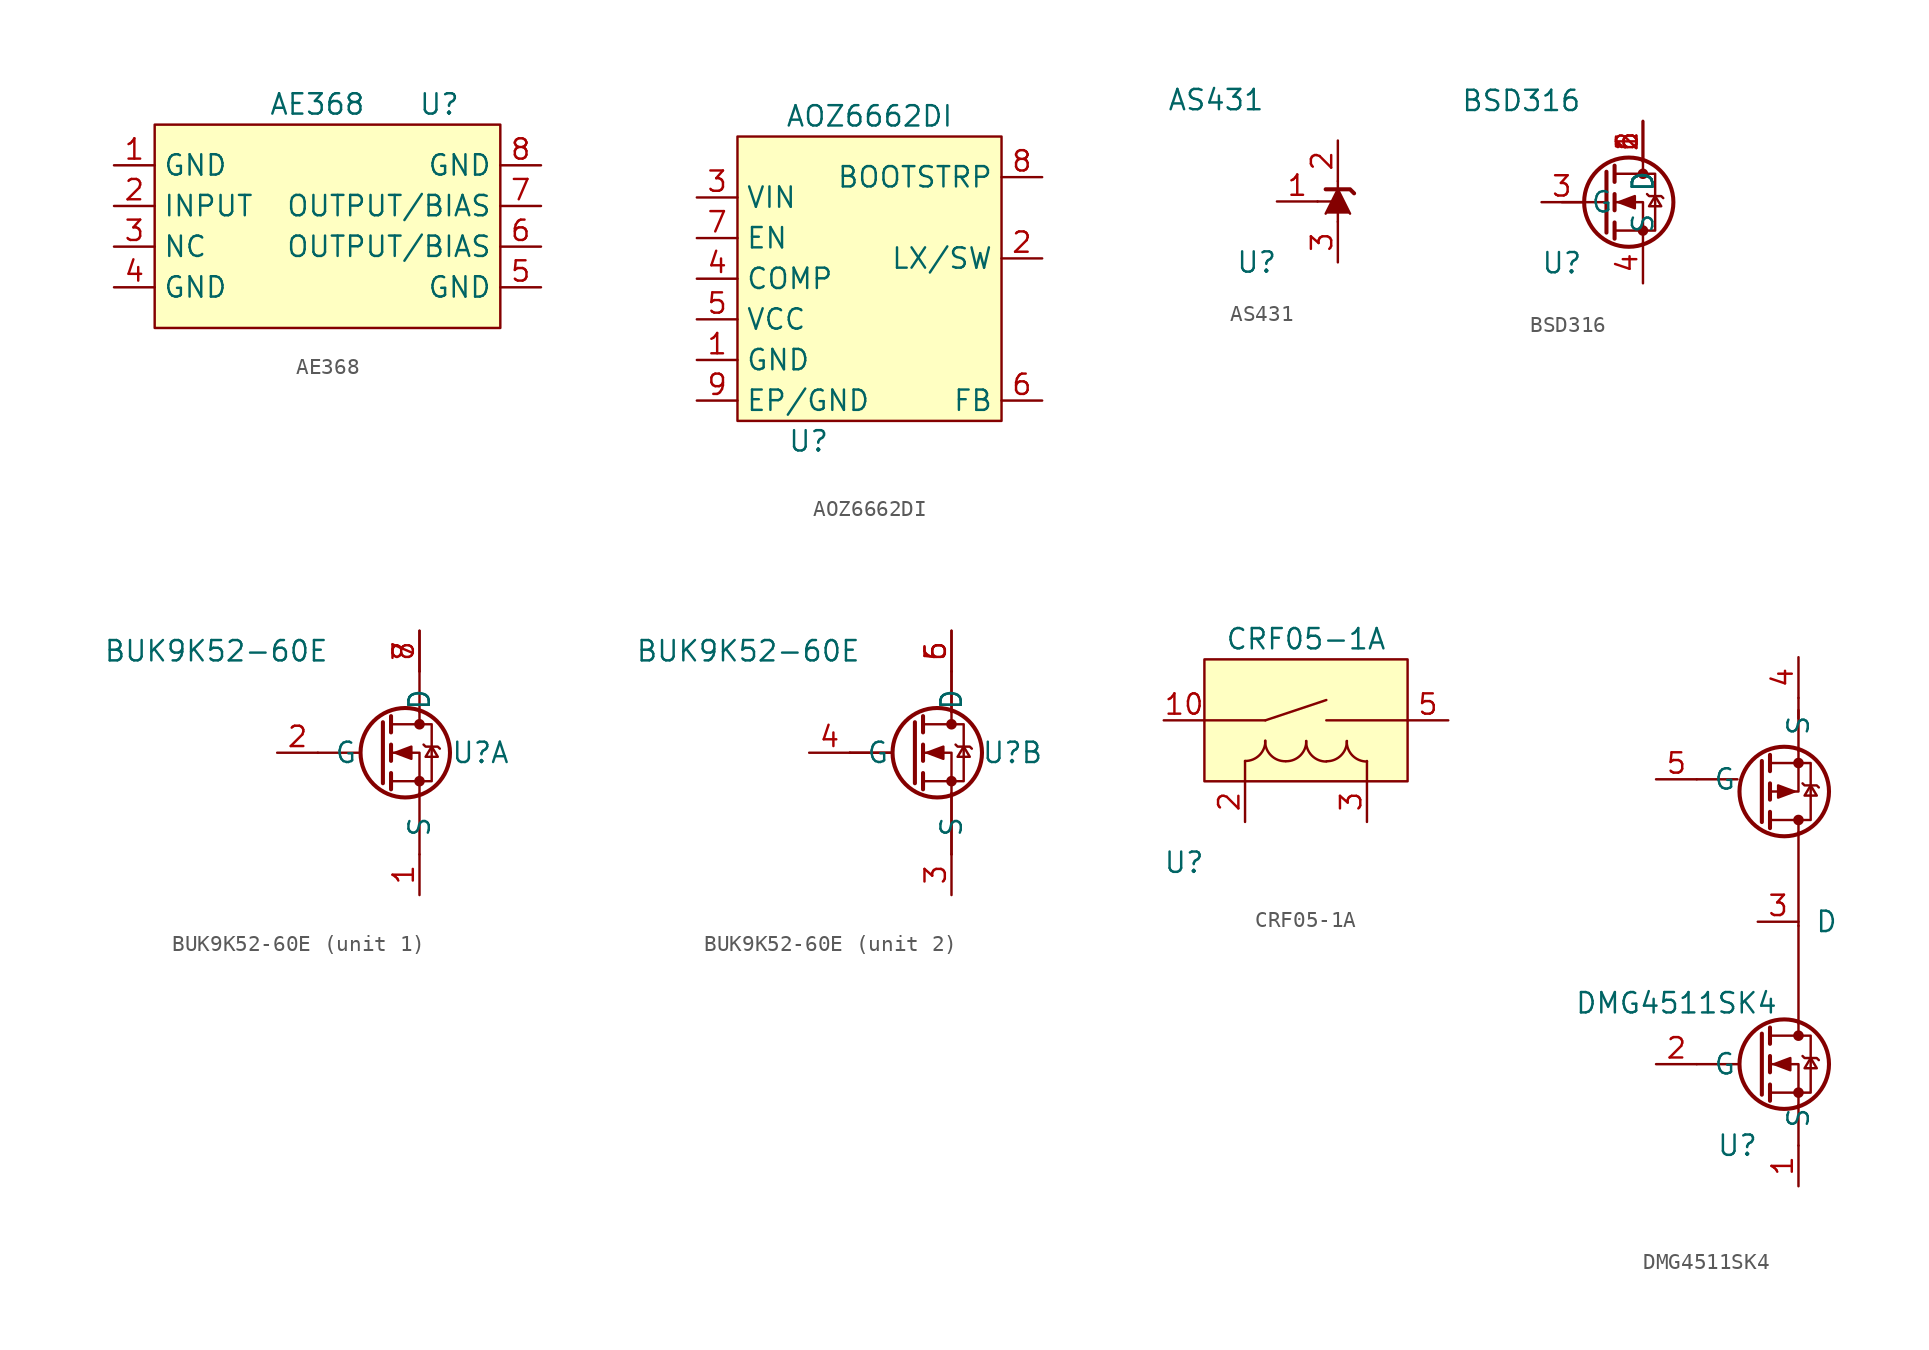
<source format=kicad_sym>
(kicad_symbol_lib
  (version 20211014)
  (generator kicad_symbol_editor)
  (symbol "AE368"
    (property "Reference" "U"
      (at 8.89 8.89 0)
      (effects (font (size 1.27 1.27))))
    (property "Value" "AE368"
      (at 1.27 8.89 0)
      (effects (font (size 1.27 1.27))))
    (symbol "AE368_0_1"
      (rectangle (start -8.89 7.62) (end 12.7 -5.08) (stroke (width 0) (type default) (color 0 0 0 0)) (fill (type background))))
    (symbol "AE368_1_1"
      (pin input line (at -11.43 5.08 0) (length 2.54) (name "GND" (effects (font (size 1.27 1.27)))) (number "1" (effects (font (size 1.27 1.27)))))
      (pin input line (at -11.43 2.54 0) (length 2.54) (name "INPUT" (effects (font (size 1.27 1.27)))) (number "2" (effects (font (size 1.27 1.27)))))
      (pin input line (at -11.43 0 0) (length 2.54) (name "NC" (effects (font (size 1.27 1.27)))) (number "3" (effects (font (size 1.27 1.27)))))
      (pin input line (at -11.43 -2.54 0) (length 2.54) (name "GND" (effects (font (size 1.27 1.27)))) (number "4" (effects (font (size 1.27 1.27)))))
      (pin input line (at 15.24 -2.54 180) (length 2.54) (name "GND" (effects (font (size 1.27 1.27)))) (number "5" (effects (font (size 1.27 1.27)))))
      (pin input line (at 15.24 0 180) (length 2.54) (name "OUTPUT/BIAS" (effects (font (size 1.27 1.27)))) (number "6" (effects (font (size 1.27 1.27)))))
      (pin input line (at 15.24 2.54 180) (length 2.54) (name "OUTPUT/BIAS" (effects (font (size 1.27 1.27)))) (number "7" (effects (font (size 1.27 1.27)))))
      (pin input line (at 15.24 5.08 180) (length 2.54) (name "GND" (effects (font (size 1.27 1.27)))) (number "8" (effects (font (size 1.27 1.27)))))))
  (symbol "AOZ6662DI"
    (property "Reference" "U"
      (at -4.445 -15.24 0)
      (effects (font (size 1.27 1.27))))
    (property "Value" "AOZ6662DI"
      (at -0.635 5.08 0)
      (effects (font (size 1.27 1.27))))
    (symbol "AOZ6662DI_0_1"
      (rectangle (start -8.89 3.81) (end 7.62 -13.97) (stroke (width 0.152) (type default) (color 0 0 0 0)) (fill (type background))))
    (symbol "AOZ6662DI_1_1"
      (pin input line (at -11.43 -10.16 0) (length 2.54) (name "GND" (effects (font (size 1.27 1.27)))) (number "1" (effects (font (size 1.27 1.27)))))
      (pin input line (at 10.16 -3.81 180) (length 2.54) (name "LX/SW" (effects (font (size 1.27 1.27)))) (number "2" (effects (font (size 1.27 1.27)))))
      (pin input line (at -11.43 0 0) (length 2.54) (name "VIN" (effects (font (size 1.27 1.27)))) (number "3" (effects (font (size 1.27 1.27)))))
      (pin input line (at -11.43 -5.08 0) (length 2.54) (name "COMP" (effects (font (size 1.27 1.27)))) (number "4" (effects (font (size 1.27 1.27)))))
      (pin input line (at -11.43 -7.62 0) (length 2.54) (name "VCC" (effects (font (size 1.27 1.27)))) (number "5" (effects (font (size 1.27 1.27)))))
      (pin input line (at 10.16 -12.7 180) (length 2.54) (name "FB" (effects (font (size 1.27 1.27)))) (number "6" (effects (font (size 1.27 1.27)))))
      (pin input line (at -11.43 -2.54 0) (length 2.54) (name "EN" (effects (font (size 1.27 1.27)))) (number "7" (effects (font (size 1.27 1.27)))))
      (pin input line (at 10.16 1.27 180) (length 2.54) (name "BOOTSTRP" (effects (font (size 1.27 1.27)))) (number "8" (effects (font (size 1.27 1.27)))))
      (pin input line (at -11.43 -12.7 0) (length 2.54) (name "EP/GND" (effects (font (size 1.27 1.27)))) (number "9" (effects (font (size 1.27 1.27)))))))
  (symbol "AS431"
    (property "Reference" "U"
      (at -5.08 -3.81 0)
      (effects (font (size 1.27 1.27))))
    (property "Value" "AS431"
      (at -7.62 6.35 0)
      (effects (font (size 1.27 1.27))))
    (symbol "AS431_0_1"
      (polyline (pts (xy -0.762 -0.762) (xy 0 0.762) (xy 0.762 -0.762)) (stroke (width 0) (type default) (color 0 0 0 0)) (fill (type outline)))
      (polyline (pts (xy 0 -1.27) (xy 0 0) (xy 0 1.27)) (stroke (width 0) (type default) (color 0 0 0 0)) (fill (type none)))
      (polyline (pts (xy 1.016 0.508) (xy 0.762 0.762) (xy -0.762 0.762) (xy -0.762 0.762)) (stroke (width 0.254) (type default) (color 0 0 0 0)) (fill (type none))))
    (symbol "AS431_1_1"
      (polyline (pts (xy -1.27 0) (xy 0 0)) (stroke (width 0) (type default) (color 0 0 0 0)) (fill (type none)))
      (pin passive line (at -3.81 0 0) (length 2.54) (name "" (effects (font (size 1.27 1.27)))) (number "1" (effects (font (size 1.27 1.27)))))
      (pin passive line (at 0 3.81 270) (length 2.54) (name "" (effects (font (size 1.27 1.27)))) (number "2" (effects (font (size 1.27 1.27)))))
      (pin passive line (at 0 -3.81 90) (length 2.54) (name "" (effects (font (size 1.27 1.27)))) (number "3" (effects (font (size 1.27 1.27)))))))
  (symbol "BSD316"
    (property "Reference" "U"
      (at -5.08 -3.81 0)
      (effects (font (size 1.27 1.27))))
    (property "Value" "BSD316"
      (at -7.62 6.35 0)
      (effects (font (size 1.27 1.27))))
    (symbol "BSD316_0_1"
      (circle (center -0.889 0) (radius 2.794) (stroke (width 0.254) (type default) (color 0 0 0 0)) (fill (type none)))
      (circle (center 0 -1.778) (radius 0.254) (stroke (width 0) (type default) (color 0 0 0 0)) (fill (type outline)))
      (polyline (pts (xy -2.286 0) (xy -5.08 0)) (stroke (width 0) (type default) (color 0 0 0 0)) (fill (type none)))
      (polyline (pts (xy -2.286 1.905) (xy -2.286 -1.905)) (stroke (width 0.254) (type default) (color 0 0 0 0)) (fill (type none)))
      (polyline (pts (xy -1.778 -1.27) (xy -1.778 -2.286)) (stroke (width 0.254) (type default) (color 0 0 0 0)) (fill (type none)))
      (polyline (pts (xy -1.778 0.508) (xy -1.778 -0.508)) (stroke (width 0.254) (type default) (color 0 0 0 0)) (fill (type none)))
      (polyline (pts (xy -1.778 2.286) (xy -1.778 1.27)) (stroke (width 0.254) (type default) (color 0 0 0 0)) (fill (type none)))
      (polyline (pts (xy 0 2.54) (xy 0 1.778)) (stroke (width 0) (type default) (color 0 0 0 0)) (fill (type none)))
      (polyline (pts (xy 0 -2.54) (xy 0 0) (xy -1.778 0)) (stroke (width 0) (type default) (color 0 0 0 0)) (fill (type none)))
      (polyline (pts (xy -1.778 -1.778) (xy 0.762 -1.778) (xy 0.762 1.778) (xy -1.778 1.778)) (stroke (width 0) (type default) (color 0 0 0 0)) (fill (type none)))
      (polyline (pts (xy -1.524 0) (xy -0.508 0.381) (xy -0.508 -0.381) (xy -1.524 0)) (stroke (width 0) (type default) (color 0 0 0 0)) (fill (type outline)))
      (polyline (pts (xy 0.254 0.508) (xy 0.381 0.381) (xy 1.143 0.381) (xy 1.27 0.254)) (stroke (width 0) (type default) (color 0 0 0 0)) (fill (type none)))
      (polyline (pts (xy 0.762 0.381) (xy 0.381 -0.254) (xy 1.143 -0.254) (xy 0.762 0.381)) (stroke (width 0) (type default) (color 0 0 0 0)) (fill (type none)))
      (circle (center 0 1.778) (radius 0.254) (stroke (width 0) (type default) (color 0 0 0 0)) (fill (type outline))))
    (symbol "BSD316_1_1"
      (pin passive line (at 0 5.08 270) (length 2.54) (name "D" (effects (font (size 1.27 1.27)))) (number "1" (effects (font (size 1.27 1.27)))))
      (pin passive line (at 0 5.08 270) (length 2.54) (name "D" (effects (font (size 1.27 1.27)))) (number "2" (effects (font (size 1.27 1.27)))))
      (pin input line (at -6.35 0 0) (length 2.54) (name "G" (effects (font (size 1.27 1.27)))) (number "3" (effects (font (size 1.27 1.27)))))
      (pin passive line (at 0 -5.08 90) (length 2.54) (name "S" (effects (font (size 1.27 1.27)))) (number "4" (effects (font (size 1.27 1.27)))))
      (pin passive line (at 0 5.08 270) (length 2.54) (name "D" (effects (font (size 1.27 1.27)))) (number "5" (effects (font (size 1.27 1.27)))))
      (pin passive line (at 0 5.08 270) (length 2.54) (name "D" (effects (font (size 1.27 1.27)))) (number "6" (effects (font (size 1.27 1.27)))))))
  (symbol "BUK9K52-60E"
    (pin_names
      (offset 1.016))
    (property "Reference" "U"
      (at 3.81 0 0)
      (effects (font (size 1.27 1.27))))
    (property "Value" "BUK9K52-60E"
      (at -12.7 6.35 0)
      (effects (font (size 1.27 1.27))))
    (symbol "BUK9K52-60E_0_1"
      (polyline (pts (xy -3.81 0) (xy -6.35 0)) (stroke (width 0) (type default) (color 0 0 0 0)) (fill (type none)))
      (polyline (pts (xy 0 -6.35) (xy 0 -2.54)) (stroke (width 0) (type default) (color 0 0 0 0)) (fill (type none)))
      (polyline (pts (xy 0 5.08) (xy 0 2.54)) (stroke (width 0) (type default) (color 0 0 0 0)) (fill (type none))))
    (symbol "BUK9K52-60E_1_1"
      (circle (center -0.889 0) (radius 2.794) (stroke (width 0.254) (type default) (color 0 0 0 0)) (fill (type none)))
      (circle (center 0 -1.778) (radius 0.254) (stroke (width 0) (type default) (color 0 0 0 0)) (fill (type outline)))
      (polyline (pts (xy -2.286 1.905) (xy -2.286 -1.905)) (stroke (width 0.254) (type default) (color 0 0 0 0)) (fill (type none)))
      (polyline (pts (xy -1.778 -1.27) (xy -1.778 -2.286)) (stroke (width 0.254) (type default) (color 0 0 0 0)) (fill (type none)))
      (polyline (pts (xy -1.778 0.508) (xy -1.778 -0.508)) (stroke (width 0.254) (type default) (color 0 0 0 0)) (fill (type none)))
      (polyline (pts (xy -1.778 2.286) (xy -1.778 1.27)) (stroke (width 0.254) (type default) (color 0 0 0 0)) (fill (type none)))
      (polyline (pts (xy 0 2.54) (xy 0 1.778)) (stroke (width 0) (type default) (color 0 0 0 0)) (fill (type none)))
      (polyline (pts (xy 0 -2.54) (xy 0 0) (xy -1.778 0)) (stroke (width 0) (type default) (color 0 0 0 0)) (fill (type none)))
      (polyline (pts (xy -1.778 -1.778) (xy 0.762 -1.778) (xy 0.762 1.778) (xy -1.778 1.778)) (stroke (width 0) (type default) (color 0 0 0 0)) (fill (type none)))
      (polyline (pts (xy -1.524 0) (xy -0.508 0.381) (xy -0.508 -0.381) (xy -1.524 0)) (stroke (width 0) (type default) (color 0 0 0 0)) (fill (type outline)))
      (polyline (pts (xy 0.254 0.508) (xy 0.381 0.381) (xy 1.143 0.381) (xy 1.27 0.254)) (stroke (width 0) (type default) (color 0 0 0 0)) (fill (type none)))
      (polyline (pts (xy 0.762 0.381) (xy 0.381 -0.254) (xy 1.143 -0.254) (xy 0.762 0.381)) (stroke (width 0) (type default) (color 0 0 0 0)) (fill (type none)))
      (circle (center 0 1.778) (radius 0.254) (stroke (width 0) (type default) (color 0 0 0 0)) (fill (type outline)))
      (pin passive line (at 0 -8.89 90) (length 2.54) (name "S" (effects (font (size 1.27 1.27)))) (number "1" (effects (font (size 1.27 1.27)))))
      (pin input line (at -8.89 0 0) (length 2.54) (name "G" (effects (font (size 1.27 1.27)))) (number "2" (effects (font (size 1.27 1.27)))))
      (pin passive line (at 0 7.62 270) (length 2.54) (name "D" (effects (font (size 1.27 1.27)))) (number "7" (effects (font (size 1.27 1.27)))))
      (pin passive line (at 0 7.62 270) (length 2.54) (name "D" (effects (font (size 1.27 1.27)))) (number "8" (effects (font (size 1.27 1.27))))))
    (symbol "BUK9K52-60E_2_1"
      (circle (center -0.889 0) (radius 2.794) (stroke (width 0.254) (type default) (color 0 0 0 0)) (fill (type none)))
      (circle (center 0 -1.778) (radius 0.254) (stroke (width 0) (type default) (color 0 0 0 0)) (fill (type outline)))
      (polyline (pts (xy -3.81 0) (xy -6.35 0)) (stroke (width 0) (type default) (color 0 0 0 0)) (fill (type none)))
      (polyline (pts (xy -2.286 1.905) (xy -2.286 -1.905)) (stroke (width 0.254) (type default) (color 0 0 0 0)) (fill (type none)))
      (polyline (pts (xy -1.778 -1.27) (xy -1.778 -2.286)) (stroke (width 0.254) (type default) (color 0 0 0 0)) (fill (type none)))
      (polyline (pts (xy -1.778 0.508) (xy -1.778 -0.508)) (stroke (width 0.254) (type default) (color 0 0 0 0)) (fill (type none)))
      (polyline (pts (xy -1.778 2.286) (xy -1.778 1.27)) (stroke (width 0.254) (type default) (color 0 0 0 0)) (fill (type none)))
      (polyline (pts (xy 0 -6.35) (xy 0 -2.54)) (stroke (width 0) (type default) (color 0 0 0 0)) (fill (type none)))
      (polyline (pts (xy 0 2.54) (xy 0 1.778)) (stroke (width 0) (type default) (color 0 0 0 0)) (fill (type none)))
      (polyline (pts (xy 0 5.08) (xy 0 2.54)) (stroke (width 0) (type default) (color 0 0 0 0)) (fill (type none)))
      (polyline (pts (xy 0 -2.54) (xy 0 0) (xy -1.778 0)) (stroke (width 0) (type default) (color 0 0 0 0)) (fill (type none)))
      (polyline (pts (xy -1.778 -1.778) (xy 0.762 -1.778) (xy 0.762 1.778) (xy -1.778 1.778)) (stroke (width 0) (type default) (color 0 0 0 0)) (fill (type none)))
      (polyline (pts (xy -1.524 0) (xy -0.508 0.381) (xy -0.508 -0.381) (xy -1.524 0)) (stroke (width 0) (type default) (color 0 0 0 0)) (fill (type outline)))
      (polyline (pts (xy 0.254 0.508) (xy 0.381 0.381) (xy 1.143 0.381) (xy 1.27 0.254)) (stroke (width 0) (type default) (color 0 0 0 0)) (fill (type none)))
      (polyline (pts (xy 0.762 0.381) (xy 0.381 -0.254) (xy 1.143 -0.254) (xy 0.762 0.381)) (stroke (width 0) (type default) (color 0 0 0 0)) (fill (type none)))
      (circle (center 0 1.778) (radius 0.254) (stroke (width 0) (type default) (color 0 0 0 0)) (fill (type outline)))
      (pin passive line (at 0 -8.89 90) (length 2.54) (name "S" (effects (font (size 1.27 1.27)))) (number "3" (effects (font (size 1.27 1.27)))))
      (pin input line (at -8.89 0 0) (length 2.54) (name "G" (effects (font (size 1.27 1.27)))) (number "4" (effects (font (size 1.27 1.27)))))
      (pin passive line (at 0 7.62 270) (length 2.54) (name "D" (effects (font (size 1.27 1.27)))) (number "5" (effects (font (size 1.27 1.27)))))
      (pin passive line (at 0 7.62 270) (length 2.54) (name "D" (effects (font (size 1.27 1.27)))) (number "6" (effects (font (size 1.27 1.27)))))))
  (symbol "CRF05-1A"
    (property "Reference" "U"
      (at -7.62 -8.89 0)
      (effects (font (size 1.27 1.27))))
    (property "Value" "CRF05-1A"
      (at 0 5.08 0)
      (effects (font (size 1.27 1.27))))
    (symbol "CRF05-1A_0_1"
      (rectangle (start -6.35 3.81) (end 6.35 -3.81) (stroke (width 0) (type default) (color 0 0 0 0)) (fill (type background)))
      (arc (start -3.81 -2.54) (mid -1.6711 -3.4089) (end -2.54 -1.27) (stroke (width 0) (type default) (color 0 0 0 0)) (fill (type none)))
      (arc (start -2.5571 -1.2871) (mid -3.426 -3.426) (end -1.2871 -2.5571) (stroke (width 0) (type default) (color 0 0 0 0)) (fill (type none)))
      (arc (start -1.2529 -2.5571) (mid 0.886 -3.426) (end 0.0171 -1.2871) (stroke (width 0) (type default) (color 0 0 0 0)) (fill (type none)))
      (arc (start 0 -1.3042) (mid -0.8689 -3.4431) (end 1.27 -2.5742) (stroke (width 0) (type default) (color 0 0 0 0)) (fill (type none)))
      (polyline (pts (xy -6.35 0) (xy -2.54 0)) (stroke (width 0) (type default) (color 0 0 0 0)) (fill (type none)))
      (polyline (pts (xy -3.81 -3.81) (xy -3.81 -2.54)) (stroke (width 0) (type default) (color 0 0 0 0)) (fill (type none)))
      (polyline (pts (xy -2.54 0) (xy 1.27 1.27)) (stroke (width 0) (type default) (color 0 0 0 0)) (fill (type none)))
      (polyline (pts (xy 1.27 0) (xy 6.35 0)) (stroke (width 0) (type default) (color 0 0 0 0)) (fill (type none)))
      (polyline (pts (xy 3.81 -3.81) (xy 3.81 -2.54)) (stroke (width 0) (type default) (color 0 0 0 0)) (fill (type none)))
      (arc (start 1.2871 -2.5571) (mid 3.426 -3.426) (end 2.5571 -1.2871) (stroke (width 0) (type default) (color 0 0 0 0)) (fill (type none)))
      (arc (start 2.54 -1.3042) (mid 1.6711 -3.4431) (end 3.81 -2.5742) (stroke (width 0) (type default) (color 0 0 0 0)) (fill (type none))))
    (symbol "CRF05-1A_1_1"
      (pin no_connect line (at 0.635 1.905 180) (length 2.54) hide (name "" (effects (font (size 1.27 1.27)))) (number "1" (effects (font (size 1.27 1.27)))))
      (pin input line (at -8.89 0 0) (length 2.54) (name "" (effects (font (size 1.27 1.27)))) (number "10" (effects (font (size 1.27 1.27)))))
      (pin input line (at -3.81 -6.35 90) (length 2.54) (name "" (effects (font (size 1.27 1.27)))) (number "2" (effects (font (size 1.27 1.27)))))
      (pin input line (at 3.81 -6.35 90) (length 2.54) (name "" (effects (font (size 1.27 1.27)))) (number "3" (effects (font (size 1.27 1.27)))))
      (pin no_connect line (at 0.635 1.905 180) (length 2.54) hide (name "" (effects (font (size 1.27 1.27)))) (number "4" (effects (font (size 1.27 1.27)))))
      (pin input line (at 8.89 0 180) (length 2.54) (name "" (effects (font (size 1.27 1.27)))) (number "5" (effects (font (size 1.27 1.27)))))
      (pin no_connect line (at 0.635 1.905 180) (length 2.54) hide (name "" (effects (font (size 1.27 1.27)))) (number "6" (effects (font (size 1.27 1.27)))))
      (pin no_connect line (at 0.635 1.905 180) (length 2.54) hide (name "" (effects (font (size 1.27 1.27)))) (number "7" (effects (font (size 1.27 1.27)))))
      (pin no_connect line (at 0.635 1.905 180) (length 2.54) hide (name "" (effects (font (size 1.27 1.27)))) (number "8" (effects (font (size 1.27 1.27)))))
      (pin no_connect line (at 0.635 1.905 180) (length 2.54) hide (name "" (effects (font (size 1.27 1.27)))) (number "9" (effects (font (size 1.27 1.27)))))))
  (symbol "DMG4511SK4"
    (pin_names
      (offset 1.016))
    (property "Reference" "U"
      (at -3.81 -5.08 0)
      (effects (font (size 1.27 1.27))))
    (property "Value" "DMG4511SK4"
      (at -7.62 3.81 0)
      (effects (font (size 1.27 1.27))))
    (symbol "DMG4511SK4_0_1"
      (polyline (pts (xy -6.35 17.78) (xy -3.81 17.78)) (stroke (width 0) (type default) (color 0 0 0 0)) (fill (type none)))
      (polyline (pts (xy 0 21.59) (xy 0 22.86)) (stroke (width 0) (type default) (color 0 0 0 0)) (fill (type none))))
    (symbol "DMG4511SK4_1_1"
      (circle (center -0.889 0) (radius 2.794) (stroke (width 0.254) (type default) (color 0 0 0 0)) (fill (type none)))
      (circle (center -0.889 17.018) (radius 2.794) (stroke (width 0.254) (type default) (color 0 0 0 0)) (fill (type none)))
      (circle (center 0 -1.778) (radius 0.254) (stroke (width 0) (type default) (color 0 0 0 0)) (fill (type outline)))
      (polyline (pts (xy -3.81 0) (xy -6.35 0)) (stroke (width 0) (type default) (color 0 0 0 0)) (fill (type none)))
      (polyline (pts (xy -2.286 1.905) (xy -2.286 -1.905)) (stroke (width 0.254) (type default) (color 0 0 0 0)) (fill (type none)))
      (polyline (pts (xy -2.286 15.113) (xy -2.286 18.923)) (stroke (width 0.254) (type default) (color 0 0 0 0)) (fill (type none)))
      (polyline (pts (xy -1.778 -1.27) (xy -1.778 -2.286)) (stroke (width 0.254) (type default) (color 0 0 0 0)) (fill (type none)))
      (polyline (pts (xy -1.778 0.508) (xy -1.778 -0.508)) (stroke (width 0.254) (type default) (color 0 0 0 0)) (fill (type none)))
      (polyline (pts (xy -1.778 2.286) (xy -1.778 1.27)) (stroke (width 0.254) (type default) (color 0 0 0 0)) (fill (type none)))
      (polyline (pts (xy -1.778 14.732) (xy -1.778 15.748)) (stroke (width 0.254) (type default) (color 0 0 0 0)) (fill (type none)))
      (polyline (pts (xy -1.778 16.51) (xy -1.778 17.526)) (stroke (width 0.254) (type default) (color 0 0 0 0)) (fill (type none)))
      (polyline (pts (xy -1.778 18.288) (xy -1.778 19.304)) (stroke (width 0.254) (type default) (color 0 0 0 0)) (fill (type none)))
      (polyline (pts (xy 0 -2.54) (xy 0 -5.08)) (stroke (width 0) (type default) (color 0 0 0 0)) (fill (type none)))
      (polyline (pts (xy 0 2.54) (xy 0 1.778)) (stroke (width 0) (type default) (color 0 0 0 0)) (fill (type none)))
      (polyline (pts (xy 0 8.636) (xy 0 2.54)) (stroke (width 0) (type default) (color 0 0 0 0)) (fill (type none)))
      (polyline (pts (xy 0 8.636) (xy 0 14.478)) (stroke (width 0) (type default) (color 0 0 0 0)) (fill (type none)))
      (polyline (pts (xy 0 14.478) (xy 0 15.24)) (stroke (width 0) (type default) (color 0 0 0 0)) (fill (type none)))
      (polyline (pts (xy 0 19.558) (xy 0 22.098)) (stroke (width 0) (type default) (color 0 0 0 0)) (fill (type none)))
      (polyline (pts (xy 0 -2.54) (xy 0 0) (xy -1.778 0)) (stroke (width 0) (type default) (color 0 0 0 0)) (fill (type none)))
      (polyline (pts (xy 0 19.558) (xy 0 17.018) (xy -1.778 17.018)) (stroke (width 0) (type default) (color 0 0 0 0)) (fill (type none)))
      (polyline (pts (xy -1.778 -1.778) (xy 0.762 -1.778) (xy 0.762 1.778) (xy -1.778 1.778)) (stroke (width 0) (type default) (color 0 0 0 0)) (fill (type none)))
      (polyline (pts (xy -1.778 18.796) (xy 0.762 18.796) (xy 0.762 15.24) (xy -1.778 15.24)) (stroke (width 0) (type default) (color 0 0 0 0)) (fill (type none)))
      (polyline (pts (xy -1.524 0) (xy -0.508 0.381) (xy -0.508 -0.381) (xy -1.524 0)) (stroke (width 0) (type default) (color 0 0 0 0)) (fill (type outline)))
      (polyline (pts (xy -0.254 17.018) (xy -1.27 16.637) (xy -1.27 17.399) (xy -0.254 17.018)) (stroke (width 0) (type default) (color 0 0 0 0)) (fill (type outline)))
      (polyline (pts (xy 0.254 0.508) (xy 0.381 0.381) (xy 1.143 0.381) (xy 1.27 0.254)) (stroke (width 0) (type default) (color 0 0 0 0)) (fill (type none)))
      (polyline (pts (xy 0.254 17.526) (xy 0.381 17.399) (xy 1.143 17.399) (xy 1.27 17.272)) (stroke (width 0) (type default) (color 0 0 0 0)) (fill (type none)))
      (polyline (pts (xy 0.762 0.381) (xy 0.381 -0.254) (xy 1.143 -0.254) (xy 0.762 0.381)) (stroke (width 0) (type default) (color 0 0 0 0)) (fill (type none)))
      (polyline (pts (xy 0.762 17.399) (xy 0.381 16.764) (xy 1.143 16.764) (xy 0.762 17.399)) (stroke (width 0) (type default) (color 0 0 0 0)) (fill (type none)))
      (circle (center 0 1.778) (radius 0.254) (stroke (width 0) (type default) (color 0 0 0 0)) (fill (type outline)))
      (circle (center 0 15.24) (radius 0.254) (stroke (width 0) (type default) (color 0 0 0 0)) (fill (type outline)))
      (circle (center 0 18.796) (radius 0.254) (stroke (width 0) (type default) (color 0 0 0 0)) (fill (type outline)))
      (pin passive line (at 0 -7.62 90) (length 2.54) (name "S" (effects (font (size 1.27 1.27)))) (number "1" (effects (font (size 1.27 1.27)))))
      (pin passive line (at -8.89 0 0) (length 2.54) (name "G" (effects (font (size 1.27 1.27)))) (number "2" (effects (font (size 1.27 1.27)))))
      (pin passive line (at -2.54 8.89 0) (length 2.54) (name "D" (effects (font (size 1.27 1.27)))) (number "3" (effects (font (size 1.27 1.27)))))
      (pin input line (at 0 25.4 270) (length 2.54) (name "S" (effects (font (size 1.27 1.27)))) (number "4" (effects (font (size 1.27 1.27)))))
      (pin passive line (at -8.89 17.78 0) (length 2.54) (name "G" (effects (font (size 1.27 1.27)))) (number "5" (effects (font (size 1.27 1.27))))))))
</source>
